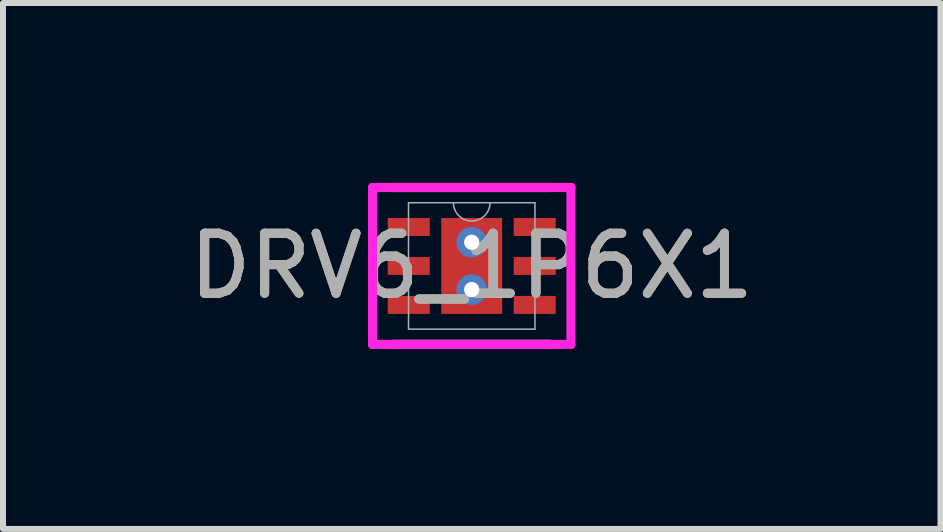
<source format=kicad_pcb>
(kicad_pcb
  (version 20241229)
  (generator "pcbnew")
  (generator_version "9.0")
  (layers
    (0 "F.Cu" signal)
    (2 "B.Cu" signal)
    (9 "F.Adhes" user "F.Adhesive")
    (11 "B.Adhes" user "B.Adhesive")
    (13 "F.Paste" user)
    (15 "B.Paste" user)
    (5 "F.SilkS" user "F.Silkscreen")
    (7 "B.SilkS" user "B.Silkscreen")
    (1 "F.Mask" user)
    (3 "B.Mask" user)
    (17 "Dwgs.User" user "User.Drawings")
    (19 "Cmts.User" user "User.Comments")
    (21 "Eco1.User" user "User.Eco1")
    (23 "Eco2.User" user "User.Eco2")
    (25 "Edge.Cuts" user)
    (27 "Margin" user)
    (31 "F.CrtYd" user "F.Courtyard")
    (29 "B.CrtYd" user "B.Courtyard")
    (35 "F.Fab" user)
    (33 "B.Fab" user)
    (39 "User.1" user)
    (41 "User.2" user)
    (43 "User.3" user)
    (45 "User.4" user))
  (footprint "DRV6_1P6X1"
    (layer "F.Cu")
    (at 4.815 1.384)
    (property "Reference" "DRV6_1P6X1" (at 0 0 0) (unlocked yes) (layer "F.SilkS") (effects (font (size 1 1) (thickness 0.15))))
    (attr smd)
    (fp_poly (pts (xy -1.47 -0.87) (xy -1.47 -0.43) (xy -0.63 -0.43) (xy -0.63 -0.87)) (stroke (width 0) (type solid)) (fill yes) (layer "F.Mask"))
    (fp_poly (pts (xy -1.47 -0.22) (xy -1.47 0.22) (xy -0.63 0.22) (xy -0.63 -0.22)) (stroke (width 0) (type solid)) (fill yes) (layer "F.Mask"))
    (fp_poly (pts (xy -1.47 0.43) (xy -1.47 0.87) (xy -0.63 0.87) (xy -0.63 0.43)) (stroke (width 0) (type solid)) (fill yes) (layer "F.Mask"))
    (fp_poly (pts (xy -0.572 -0.864) (xy -0.2 -0.864) (xy -0.2 0.864) (xy -0.572 0.864)) (stroke (width 0) (type solid)) (fill yes) (layer "F.Mask"))
    (fp_poly (pts (xy -0.572 -0.864) (xy 0.572 -0.864) (xy 0.572 -0.594) (xy -0.572 -0.594)) (stroke (width 0) (type solid)) (fill yes) (layer "F.Mask"))
    (fp_poly (pts (xy -0.572 -0.194) (xy 0.572 -0.194) (xy 0.572 0.194) (xy -0.572 0.194)) (stroke (width 0) (type solid)) (fill yes) (layer "F.Mask"))
    (fp_poly (pts (xy -0.572 0.594) (xy 0.572 0.594) (xy 0.572 0.864) (xy -0.572 0.864)) (stroke (width 0) (type solid)) (fill yes) (layer "F.Mask"))
    (fp_poly (pts (xy 0.2 -0.864) (xy 0.572 -0.864) (xy 0.572 0.864) (xy 0.2 0.864)) (stroke (width 0) (type solid)) (fill yes) (layer "F.Mask"))
    (fp_poly (pts (xy 0.63 -0.87) (xy 0.63 -0.43) (xy 1.47 -0.43) (xy 1.47 -0.87)) (stroke (width 0) (type solid)) (fill yes) (layer "F.Mask"))
    (fp_poly (pts (xy 0.63 -0.22) (xy 0.63 0.22) (xy 1.47 0.22) (xy 1.47 -0.22)) (stroke (width 0) (type solid)) (fill yes) (layer "F.Mask"))
    (fp_poly (pts (xy 0.63 0.43) (xy 0.63 0.87) (xy 1.47 0.87) (xy 1.47 0.43)) (stroke (width 0) (type solid)) (fill yes) (layer "F.Mask"))
    (fp_line (start -1.308 1.308) (end 1.308 1.308) (stroke (width 0.152) (type solid)) (layer "F.SilkS"))
    (fp_line (start 1.308 -1.308) (end -1.308 -1.308) (stroke (width 0.152) (type solid)) (layer "F.SilkS"))
    (fp_poly (pts (xy -1.375 -0.775) (xy -1.375 -0.525) (xy -0.725 -0.525) (xy -0.725 -0.775)) (stroke (width 0) (type solid)) (fill yes) (layer "F.Paste"))
    (fp_poly (pts (xy -1.375 -0.125) (xy -1.375 0.125) (xy -0.725 0.125) (xy -0.725 -0.125)) (stroke (width 0) (type solid)) (fill yes) (layer "F.Paste"))
    (fp_poly (pts (xy -1.375 0.525) (xy -1.375 0.775) (xy -0.725 0.775) (xy -0.725 0.525)) (stroke (width 0) (type solid)) (fill yes) (layer "F.Paste"))
    (fp_poly (pts (xy 0.725 -0.775) (xy 0.725 -0.525) (xy 1.375 -0.525) (xy 1.375 -0.775)) (stroke (width 0) (type solid)) (fill yes) (layer "F.Paste"))
    (fp_poly (pts (xy 0.725 -0.125) (xy 0.725 0.125) (xy 1.375 0.125) (xy 1.375 -0.125)) (stroke (width 0) (type solid)) (fill yes) (layer "F.Paste"))
    (fp_poly (pts (xy 0.725 0.525) (xy 0.725 0.775) (xy 1.375 0.775) (xy 1.375 0.525)) (stroke (width 0) (type solid)) (fill yes) (layer "F.Paste"))
    (fp_poly (pts (xy -0.433 -0.725) (xy -0.433 -0.494) (xy -0.241 -0.494) (xy -0.1 -0.635) (xy -0.1 -0.725)) (stroke (width 0) (type solid)) (fill yes) (layer "F.Paste"))
    (fp_poly (pts (xy -0.433 0.494) (xy -0.433 0.725) (xy -0.1 0.725) (xy -0.1 0.635) (xy -0.241 0.494)) (stroke (width 0) (type solid)) (fill yes) (layer "F.Paste"))
    (fp_poly (pts (xy 0.1 -0.725) (xy 0.1 -0.635) (xy 0.241 -0.494) (xy 0.433 -0.494) (xy 0.433 -0.725)) (stroke (width 0) (type solid)) (fill yes) (layer "F.Paste"))
    (fp_poly (pts (xy 0.241 0.494) (xy 0.1 0.635) (xy 0.1 0.725) (xy 0.433 0.725) (xy 0.433 0.494)) (stroke (width 0) (type solid)) (fill yes) (layer "F.Paste"))
    (fp_poly (pts (xy -0.433 -0.294) (xy -0.433 0.294) (xy -0.241 0.294) (xy -0.1 0.152) (xy -0.1 -0.152) (xy -0.241 -0.294)) (stroke (width 0) (type solid)) (fill yes) (layer "F.Paste"))
    (fp_poly (pts (xy 0.241 -0.294) (xy 0.1 -0.152) (xy 0.1 0.152) (xy 0.241 0.294) (xy 0.433 0.294) (xy 0.433 -0.294)) (stroke (width 0) (type solid)) (fill yes) (layer "F.Paste"))
    (fp_line (start -1.654 -1.308) (end 1.654 -1.308) (stroke (width 0.152) (type solid)) (layer "F.CrtYd"))
    (fp_line (start -1.654 1.308) (end -1.654 -1.308) (stroke (width 0.152) (type solid)) (layer "F.CrtYd"))
    (fp_line (start 1.654 -1.308) (end 1.654 1.308) (stroke (width 0.152) (type solid)) (layer "F.CrtYd"))
    (fp_line (start 1.654 1.308) (end -1.654 1.308) (stroke (width 0.152) (type solid)) (layer "F.CrtYd"))
    (fp_line (start -1.054 -1.054) (end -1.054 1.054) (stroke (width 0.025) (type solid)) (layer "F.Fab"))
    (fp_line (start -1.054 1.054) (end 1.054 1.054) (stroke (width 0.025) (type solid)) (layer "F.Fab"))
    (fp_line (start 1.054 -1.054) (end -1.054 -1.054) (stroke (width 0.025) (type solid)) (layer "F.Fab"))
    (fp_line (start 1.054 1.054) (end 1.054 -1.054) (stroke (width 0.025) (type solid)) (layer "F.Fab"))
    (fp_arc (start 0.3048 -1.0541) (mid 0 -0.7493) (end -0.3048 -1.0541) (stroke (width 0.0254) (type solid)) (layer "F.Fab"))
    (fp_text user "${REFERENCE}" (at 0 0 0) (unlocked yes) (layer "F.Fab") (effects (font (size 1 1) (thickness 0.15))))
    (pad "1" smd rect (at -1.05 -0.65) (size 0.7 0.3) (layers "F.Cu" "F.Mask"))
    (pad "2" smd rect (at -1.05 0) (size 0.7 0.3) (layers "F.Cu" "F.Mask"))
    (pad "3" smd rect (at -1.05 0.65) (size 0.7 0.3) (layers "F.Cu" "F.Mask"))
    (pad "4" smd rect (at 1.05 0.65) (size 0.7 0.3) (layers "F.Cu" "F.Mask"))
    (pad "5" smd rect (at 1.05 0) (size 0.7 0.3) (layers "F.Cu" "F.Mask"))
    (pad "6" smd rect (at 1.05 -0.65) (size 0.7 0.3) (layers "F.Cu" "F.Mask"))
    (pad "7" smd rect (at 0 0) (size 1.016 1.6) (layers "F.Cu"))
    (pad "V" thru_hole circle (at 0 -0.394) (size 0.508 0.508) (drill 0.254) (layers "*.Cu" "*.Mask"))
    (pad "V" thru_hole circle (at 0 0.394) (size 0.508 0.508) (drill 0.254) (layers "*.Cu" "*.Mask")))
  (gr_rect
    (start -3 -3)
    (end 12.631 5.769)
    (stroke (width 0.1) (type default))
    (fill no)
    (layer "Edge.Cuts")))
</source>
